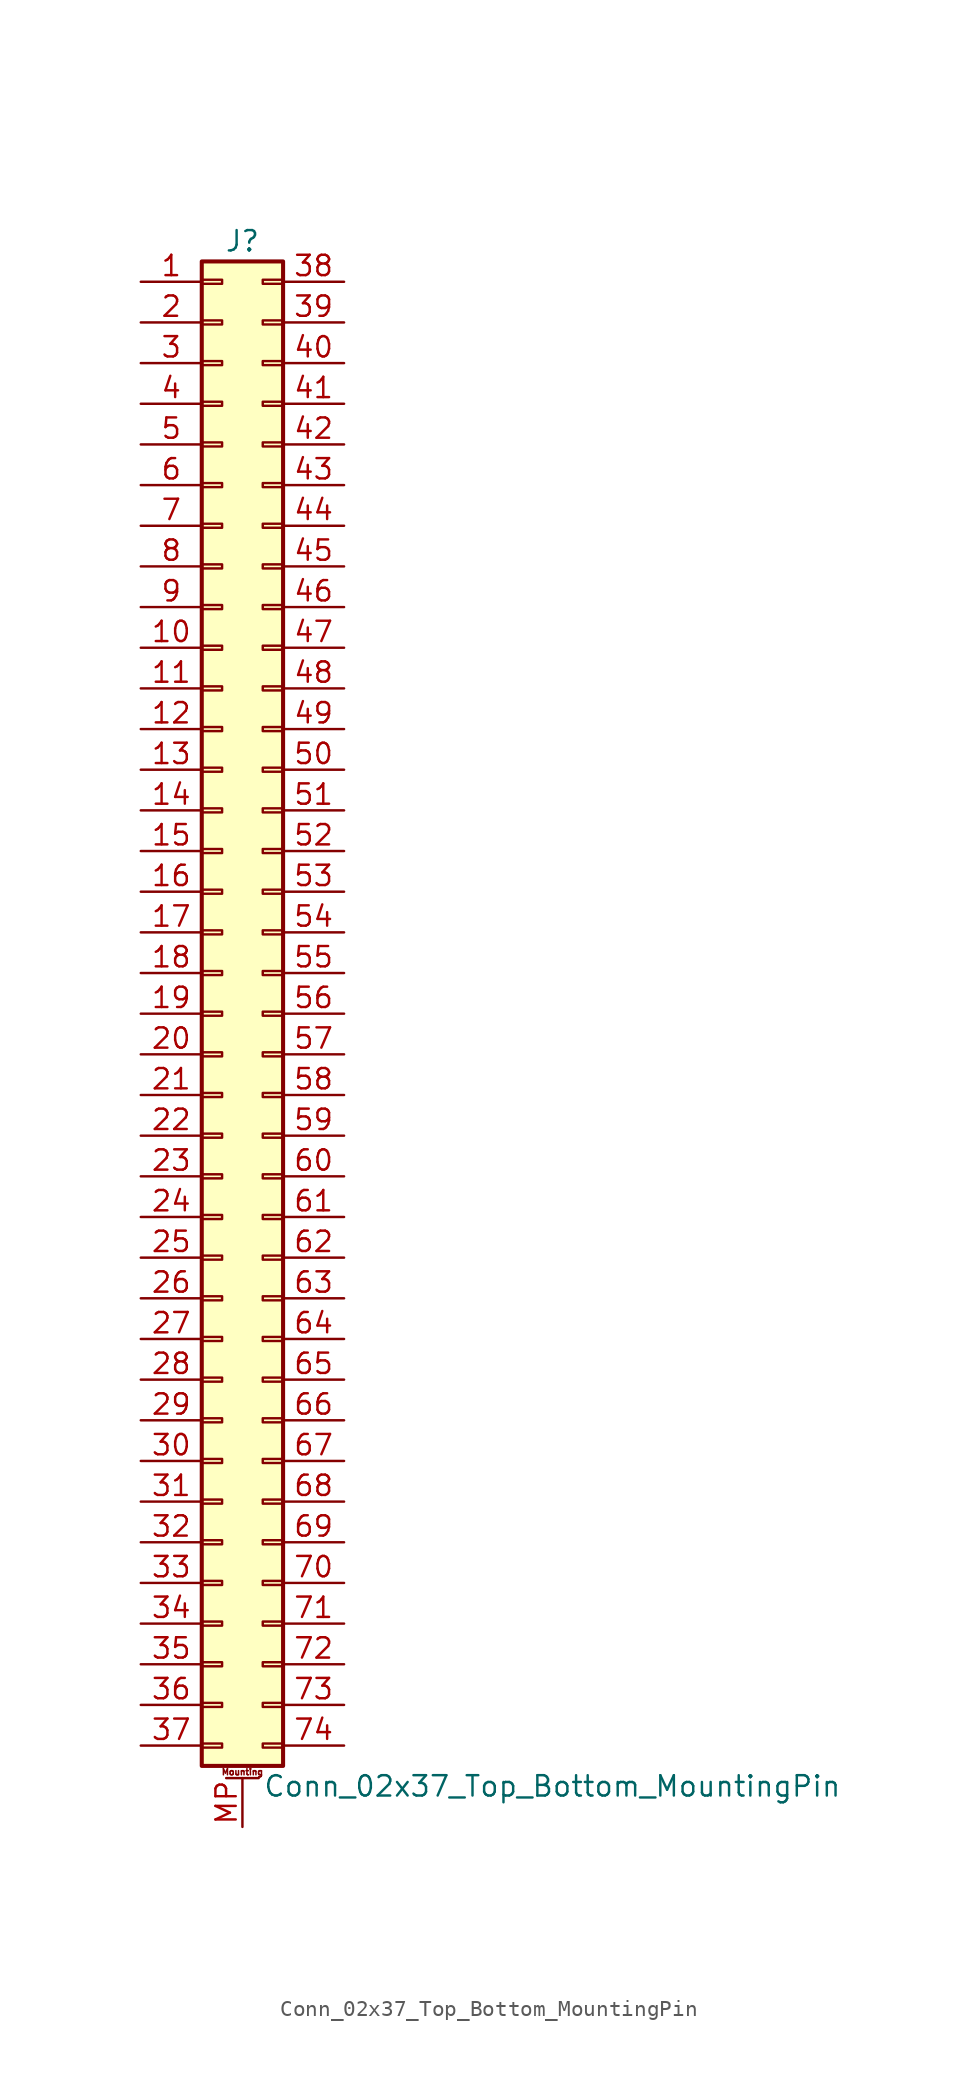
<source format=kicad_sym>
(kicad_symbol_lib
  (version 20201005)
  (generator kicad_symbol_editor)
  (symbol "Connector_Generic_MountingPin:Conn_02x37_Top_Bottom_MountingPin"
    (pin_names
      (offset 1.016) hide)
    (property "Reference" "J"
      (at 1.27 48.26 0)
      (effects (font (size 1.27 1.27))))
    (property "Value" "Conn_02x37_Top_Bottom_MountingPin"
      (at 2.54 -48.26 0)
      (effects (font (size 1.27 1.27)) (justify left)))
    (symbol "Conn_02x37_Top_Bottom_MountingPin_1_1"
      (text "Mounting" (at 1.27 -47.371 0) (effects (font (size 0.381 0.381))))
      (rectangle (start -1.27 -27.813) (end 0 -28.067) (stroke (width 0.152)) (fill (type none)))
      (rectangle (start -1.27 -30.353) (end 0 -30.607) (stroke (width 0.152)) (fill (type none)))
      (rectangle (start -1.27 -32.893) (end 0 -33.147) (stroke (width 0.152)) (fill (type none)))
      (rectangle (start -1.27 -35.433) (end 0 -35.687) (stroke (width 0.152)) (fill (type none)))
      (rectangle (start -1.27 -37.973) (end 0 -38.227) (stroke (width 0.152)) (fill (type none)))
      (rectangle (start -1.27 -40.513) (end 0 -40.767) (stroke (width 0.152)) (fill (type none)))
      (rectangle (start -1.27 -43.053) (end 0 -43.307) (stroke (width 0.152)) (fill (type none)))
      (rectangle (start -1.27 -45.593) (end 0 -45.847) (stroke (width 0.152)) (fill (type none)))
      (rectangle (start -1.27 -4.953) (end 0 -5.207) (stroke (width 0.152)) (fill (type none)))
      (rectangle (start -1.27 -7.493) (end 0 -7.747) (stroke (width 0.152)) (fill (type none)))
      (rectangle (start -1.27 -10.033) (end 0 -10.287) (stroke (width 0.152)) (fill (type none)))
      (rectangle (start -1.27 -12.573) (end 0 -12.827) (stroke (width 0.152)) (fill (type none)))
      (rectangle (start -1.27 -15.113) (end 0 -15.367) (stroke (width 0.152)) (fill (type none)))
      (rectangle (start -1.27 -17.653) (end 0 -17.907) (stroke (width 0.152)) (fill (type none)))
      (rectangle (start -1.27 -20.193) (end 0 -20.447) (stroke (width 0.152)) (fill (type none)))
      (rectangle (start -1.27 -22.733) (end 0 -22.987) (stroke (width 0.152)) (fill (type none)))
      (rectangle (start -1.27 -2.413) (end 0 -2.667) (stroke (width 0.152)) (fill (type none)))
      (rectangle (start -1.27 -25.273) (end 0 -25.527) (stroke (width 0.152)) (fill (type none)))
      (rectangle (start -1.27 25.527) (end 0 25.273) (stroke (width 0.152)) (fill (type none)))
      (rectangle (start -1.27 2.667) (end 0 2.413) (stroke (width 0.152)) (fill (type none)))
      (rectangle (start -1.27 28.067) (end 0 27.813) (stroke (width 0.152)) (fill (type none)))
      (rectangle (start -1.27 30.607) (end 0 30.353) (stroke (width 0.152)) (fill (type none)))
      (rectangle (start -1.27 33.147) (end 0 32.893) (stroke (width 0.152)) (fill (type none)))
      (rectangle (start -1.27 35.687) (end 0 35.433) (stroke (width 0.152)) (fill (type none)))
      (rectangle (start -1.27 38.227) (end 0 37.973) (stroke (width 0.152)) (fill (type none)))
      (rectangle (start -1.27 40.767) (end 0 40.513) (stroke (width 0.152)) (fill (type none)))
      (rectangle (start -1.27 43.307) (end 0 43.053) (stroke (width 0.152)) (fill (type none)))
      (rectangle (start -1.27 45.847) (end 0 45.593) (stroke (width 0.152)) (fill (type none)))
      (rectangle (start -1.27 46.99) (end 3.81 -46.99) (stroke (width 0.254)) (fill (type background)))
      (rectangle (start -1.27 5.207) (end 0 4.953) (stroke (width 0.152)) (fill (type none)))
      (rectangle (start -1.27 7.747) (end 0 7.493) (stroke (width 0.152)) (fill (type none)))
      (rectangle (start -1.27 10.287) (end 0 10.033) (stroke (width 0.152)) (fill (type none)))
      (rectangle (start -1.27 0.127) (end 0 -0.127) (stroke (width 0.152)) (fill (type none)))
      (rectangle (start -1.27 12.827) (end 0 12.573) (stroke (width 0.152)) (fill (type none)))
      (rectangle (start -1.27 15.367) (end 0 15.113) (stroke (width 0.152)) (fill (type none)))
      (rectangle (start -1.27 17.907) (end 0 17.653) (stroke (width 0.152)) (fill (type none)))
      (rectangle (start -1.27 20.447) (end 0 20.193) (stroke (width 0.152)) (fill (type none)))
      (rectangle (start -1.27 22.987) (end 0 22.733) (stroke (width 0.152)) (fill (type none)))
      (rectangle (start 3.81 -27.813) (end 2.54 -28.067) (stroke (width 0.152)) (fill (type none)))
      (rectangle (start 3.81 -30.353) (end 2.54 -30.607) (stroke (width 0.152)) (fill (type none)))
      (rectangle (start 3.81 -32.893) (end 2.54 -33.147) (stroke (width 0.152)) (fill (type none)))
      (rectangle (start 3.81 -35.433) (end 2.54 -35.687) (stroke (width 0.152)) (fill (type none)))
      (rectangle (start 3.81 -37.973) (end 2.54 -38.227) (stroke (width 0.152)) (fill (type none)))
      (rectangle (start 3.81 -40.513) (end 2.54 -40.767) (stroke (width 0.152)) (fill (type none)))
      (rectangle (start 3.81 -43.053) (end 2.54 -43.307) (stroke (width 0.152)) (fill (type none)))
      (rectangle (start 3.81 -45.593) (end 2.54 -45.847) (stroke (width 0.152)) (fill (type none)))
      (rectangle (start 3.81 -4.953) (end 2.54 -5.207) (stroke (width 0.152)) (fill (type none)))
      (rectangle (start 3.81 -7.493) (end 2.54 -7.747) (stroke (width 0.152)) (fill (type none)))
      (rectangle (start 3.81 -10.033) (end 2.54 -10.287) (stroke (width 0.152)) (fill (type none)))
      (rectangle (start 3.81 -12.573) (end 2.54 -12.827) (stroke (width 0.152)) (fill (type none)))
      (rectangle (start 3.81 -15.113) (end 2.54 -15.367) (stroke (width 0.152)) (fill (type none)))
      (rectangle (start 3.81 -17.653) (end 2.54 -17.907) (stroke (width 0.152)) (fill (type none)))
      (rectangle (start 3.81 -20.193) (end 2.54 -20.447) (stroke (width 0.152)) (fill (type none)))
      (rectangle (start 3.81 -22.733) (end 2.54 -22.987) (stroke (width 0.152)) (fill (type none)))
      (rectangle (start 3.81 -2.413) (end 2.54 -2.667) (stroke (width 0.152)) (fill (type none)))
      (rectangle (start 3.81 -25.273) (end 2.54 -25.527) (stroke (width 0.152)) (fill (type none)))
      (rectangle (start 3.81 25.527) (end 2.54 25.273) (stroke (width 0.152)) (fill (type none)))
      (rectangle (start 3.81 2.667) (end 2.54 2.413) (stroke (width 0.152)) (fill (type none)))
      (rectangle (start 3.81 28.067) (end 2.54 27.813) (stroke (width 0.152)) (fill (type none)))
      (rectangle (start 3.81 30.607) (end 2.54 30.353) (stroke (width 0.152)) (fill (type none)))
      (rectangle (start 3.81 33.147) (end 2.54 32.893) (stroke (width 0.152)) (fill (type none)))
      (rectangle (start 3.81 35.687) (end 2.54 35.433) (stroke (width 0.152)) (fill (type none)))
      (rectangle (start 3.81 38.227) (end 2.54 37.973) (stroke (width 0.152)) (fill (type none)))
      (rectangle (start 3.81 40.767) (end 2.54 40.513) (stroke (width 0.152)) (fill (type none)))
      (rectangle (start 3.81 43.307) (end 2.54 43.053) (stroke (width 0.152)) (fill (type none)))
      (rectangle (start 3.81 45.847) (end 2.54 45.593) (stroke (width 0.152)) (fill (type none)))
      (rectangle (start 3.81 5.207) (end 2.54 4.953) (stroke (width 0.152)) (fill (type none)))
      (rectangle (start 3.81 7.747) (end 2.54 7.493) (stroke (width 0.152)) (fill (type none)))
      (rectangle (start 3.81 10.287) (end 2.54 10.033) (stroke (width 0.152)) (fill (type none)))
      (rectangle (start 3.81 0.127) (end 2.54 -0.127) (stroke (width 0.152)) (fill (type none)))
      (rectangle (start 3.81 12.827) (end 2.54 12.573) (stroke (width 0.152)) (fill (type none)))
      (rectangle (start 3.81 15.367) (end 2.54 15.113) (stroke (width 0.152)) (fill (type none)))
      (rectangle (start 3.81 17.907) (end 2.54 17.653) (stroke (width 0.152)) (fill (type none)))
      (rectangle (start 3.81 20.447) (end 2.54 20.193) (stroke (width 0.152)) (fill (type none)))
      (rectangle (start 3.81 22.987) (end 2.54 22.733) (stroke (width 0.152)) (fill (type none)))
      (polyline (pts (xy 0.254 -47.752) (xy 2.286 -47.752)) (stroke (width 0.152)) (fill (type none)))
      (pin passive line (at 1.27 -50.8 90) (length 3.048) (name "MountPin" (effects (font (size 1.27 1.27)))) (number "MP" (effects (font (size 1.27 1.27)))))
      (pin passive line (at -5.08 45.72 0) (length 3.81) (name "Pin_1" (effects (font (size 1.27 1.27)))) (number "1" (effects (font (size 1.27 1.27)))))
      (pin passive line (at -5.08 22.86 0) (length 3.81) (name "Pin_10" (effects (font (size 1.27 1.27)))) (number "10" (effects (font (size 1.27 1.27)))))
      (pin passive line (at -5.08 20.32 0) (length 3.81) (name "Pin_11" (effects (font (size 1.27 1.27)))) (number "11" (effects (font (size 1.27 1.27)))))
      (pin passive line (at -5.08 17.78 0) (length 3.81) (name "Pin_12" (effects (font (size 1.27 1.27)))) (number "12" (effects (font (size 1.27 1.27)))))
      (pin passive line (at -5.08 15.24 0) (length 3.81) (name "Pin_13" (effects (font (size 1.27 1.27)))) (number "13" (effects (font (size 1.27 1.27)))))
      (pin passive line (at -5.08 12.7 0) (length 3.81) (name "Pin_14" (effects (font (size 1.27 1.27)))) (number "14" (effects (font (size 1.27 1.27)))))
      (pin passive line (at -5.08 10.16 0) (length 3.81) (name "Pin_15" (effects (font (size 1.27 1.27)))) (number "15" (effects (font (size 1.27 1.27)))))
      (pin passive line (at -5.08 7.62 0) (length 3.81) (name "Pin_16" (effects (font (size 1.27 1.27)))) (number "16" (effects (font (size 1.27 1.27)))))
      (pin passive line (at -5.08 5.08 0) (length 3.81) (name "Pin_17" (effects (font (size 1.27 1.27)))) (number "17" (effects (font (size 1.27 1.27)))))
      (pin passive line (at -5.08 2.54 0) (length 3.81) (name "Pin_18" (effects (font (size 1.27 1.27)))) (number "18" (effects (font (size 1.27 1.27)))))
      (pin passive line (at -5.08 0 0) (length 3.81) (name "Pin_19" (effects (font (size 1.27 1.27)))) (number "19" (effects (font (size 1.27 1.27)))))
      (pin passive line (at -5.08 43.18 0) (length 3.81) (name "Pin_2" (effects (font (size 1.27 1.27)))) (number "2" (effects (font (size 1.27 1.27)))))
      (pin passive line (at -5.08 -2.54 0) (length 3.81) (name "Pin_20" (effects (font (size 1.27 1.27)))) (number "20" (effects (font (size 1.27 1.27)))))
      (pin passive line (at -5.08 -5.08 0) (length 3.81) (name "Pin_21" (effects (font (size 1.27 1.27)))) (number "21" (effects (font (size 1.27 1.27)))))
      (pin passive line (at -5.08 -7.62 0) (length 3.81) (name "Pin_22" (effects (font (size 1.27 1.27)))) (number "22" (effects (font (size 1.27 1.27)))))
      (pin passive line (at -5.08 -10.16 0) (length 3.81) (name "Pin_23" (effects (font (size 1.27 1.27)))) (number "23" (effects (font (size 1.27 1.27)))))
      (pin passive line (at -5.08 -12.7 0) (length 3.81) (name "Pin_24" (effects (font (size 1.27 1.27)))) (number "24" (effects (font (size 1.27 1.27)))))
      (pin passive line (at -5.08 -15.24 0) (length 3.81) (name "Pin_25" (effects (font (size 1.27 1.27)))) (number "25" (effects (font (size 1.27 1.27)))))
      (pin passive line (at -5.08 -17.78 0) (length 3.81) (name "Pin_26" (effects (font (size 1.27 1.27)))) (number "26" (effects (font (size 1.27 1.27)))))
      (pin passive line (at -5.08 -20.32 0) (length 3.81) (name "Pin_27" (effects (font (size 1.27 1.27)))) (number "27" (effects (font (size 1.27 1.27)))))
      (pin passive line (at -5.08 -22.86 0) (length 3.81) (name "Pin_28" (effects (font (size 1.27 1.27)))) (number "28" (effects (font (size 1.27 1.27)))))
      (pin passive line (at -5.08 -25.4 0) (length 3.81) (name "Pin_29" (effects (font (size 1.27 1.27)))) (number "29" (effects (font (size 1.27 1.27)))))
      (pin passive line (at -5.08 40.64 0) (length 3.81) (name "Pin_3" (effects (font (size 1.27 1.27)))) (number "3" (effects (font (size 1.27 1.27)))))
      (pin passive line (at -5.08 -27.94 0) (length 3.81) (name "Pin_30" (effects (font (size 1.27 1.27)))) (number "30" (effects (font (size 1.27 1.27)))))
      (pin passive line (at -5.08 -30.48 0) (length 3.81) (name "Pin_31" (effects (font (size 1.27 1.27)))) (number "31" (effects (font (size 1.27 1.27)))))
      (pin passive line (at -5.08 -33.02 0) (length 3.81) (name "Pin_32" (effects (font (size 1.27 1.27)))) (number "32" (effects (font (size 1.27 1.27)))))
      (pin passive line (at -5.08 -35.56 0) (length 3.81) (name "Pin_33" (effects (font (size 1.27 1.27)))) (number "33" (effects (font (size 1.27 1.27)))))
      (pin passive line (at -5.08 -38.1 0) (length 3.81) (name "Pin_34" (effects (font (size 1.27 1.27)))) (number "34" (effects (font (size 1.27 1.27)))))
      (pin passive line (at -5.08 -40.64 0) (length 3.81) (name "Pin_35" (effects (font (size 1.27 1.27)))) (number "35" (effects (font (size 1.27 1.27)))))
      (pin passive line (at -5.08 -43.18 0) (length 3.81) (name "Pin_36" (effects (font (size 1.27 1.27)))) (number "36" (effects (font (size 1.27 1.27)))))
      (pin passive line (at -5.08 -45.72 0) (length 3.81) (name "Pin_37" (effects (font (size 1.27 1.27)))) (number "37" (effects (font (size 1.27 1.27)))))
      (pin passive line (at 7.62 45.72 180) (length 3.81) (name "Pin_38" (effects (font (size 1.27 1.27)))) (number "38" (effects (font (size 1.27 1.27)))))
      (pin passive line (at 7.62 43.18 180) (length 3.81) (name "Pin_39" (effects (font (size 1.27 1.27)))) (number "39" (effects (font (size 1.27 1.27)))))
      (pin passive line (at -5.08 38.1 0) (length 3.81) (name "Pin_4" (effects (font (size 1.27 1.27)))) (number "4" (effects (font (size 1.27 1.27)))))
      (pin passive line (at 7.62 40.64 180) (length 3.81) (name "Pin_40" (effects (font (size 1.27 1.27)))) (number "40" (effects (font (size 1.27 1.27)))))
      (pin passive line (at 7.62 38.1 180) (length 3.81) (name "Pin_41" (effects (font (size 1.27 1.27)))) (number "41" (effects (font (size 1.27 1.27)))))
      (pin passive line (at 7.62 35.56 180) (length 3.81) (name "Pin_42" (effects (font (size 1.27 1.27)))) (number "42" (effects (font (size 1.27 1.27)))))
      (pin passive line (at 7.62 33.02 180) (length 3.81) (name "Pin_43" (effects (font (size 1.27 1.27)))) (number "43" (effects (font (size 1.27 1.27)))))
      (pin passive line (at 7.62 30.48 180) (length 3.81) (name "Pin_44" (effects (font (size 1.27 1.27)))) (number "44" (effects (font (size 1.27 1.27)))))
      (pin passive line (at 7.62 27.94 180) (length 3.81) (name "Pin_45" (effects (font (size 1.27 1.27)))) (number "45" (effects (font (size 1.27 1.27)))))
      (pin passive line (at 7.62 25.4 180) (length 3.81) (name "Pin_46" (effects (font (size 1.27 1.27)))) (number "46" (effects (font (size 1.27 1.27)))))
      (pin passive line (at 7.62 22.86 180) (length 3.81) (name "Pin_47" (effects (font (size 1.27 1.27)))) (number "47" (effects (font (size 1.27 1.27)))))
      (pin passive line (at 7.62 20.32 180) (length 3.81) (name "Pin_48" (effects (font (size 1.27 1.27)))) (number "48" (effects (font (size 1.27 1.27)))))
      (pin passive line (at 7.62 17.78 180) (length 3.81) (name "Pin_49" (effects (font (size 1.27 1.27)))) (number "49" (effects (font (size 1.27 1.27)))))
      (pin passive line (at -5.08 35.56 0) (length 3.81) (name "Pin_5" (effects (font (size 1.27 1.27)))) (number "5" (effects (font (size 1.27 1.27)))))
      (pin passive line (at 7.62 15.24 180) (length 3.81) (name "Pin_50" (effects (font (size 1.27 1.27)))) (number "50" (effects (font (size 1.27 1.27)))))
      (pin passive line (at 7.62 12.7 180) (length 3.81) (name "Pin_51" (effects (font (size 1.27 1.27)))) (number "51" (effects (font (size 1.27 1.27)))))
      (pin passive line (at 7.62 10.16 180) (length 3.81) (name "Pin_52" (effects (font (size 1.27 1.27)))) (number "52" (effects (font (size 1.27 1.27)))))
      (pin passive line (at 7.62 7.62 180) (length 3.81) (name "Pin_53" (effects (font (size 1.27 1.27)))) (number "53" (effects (font (size 1.27 1.27)))))
      (pin passive line (at 7.62 5.08 180) (length 3.81) (name "Pin_54" (effects (font (size 1.27 1.27)))) (number "54" (effects (font (size 1.27 1.27)))))
      (pin passive line (at 7.62 2.54 180) (length 3.81) (name "Pin_55" (effects (font (size 1.27 1.27)))) (number "55" (effects (font (size 1.27 1.27)))))
      (pin passive line (at 7.62 0 180) (length 3.81) (name "Pin_56" (effects (font (size 1.27 1.27)))) (number "56" (effects (font (size 1.27 1.27)))))
      (pin passive line (at 7.62 -2.54 180) (length 3.81) (name "Pin_57" (effects (font (size 1.27 1.27)))) (number "57" (effects (font (size 1.27 1.27)))))
      (pin passive line (at 7.62 -5.08 180) (length 3.81) (name "Pin_58" (effects (font (size 1.27 1.27)))) (number "58" (effects (font (size 1.27 1.27)))))
      (pin passive line (at 7.62 -7.62 180) (length 3.81) (name "Pin_59" (effects (font (size 1.27 1.27)))) (number "59" (effects (font (size 1.27 1.27)))))
      (pin passive line (at -5.08 33.02 0) (length 3.81) (name "Pin_6" (effects (font (size 1.27 1.27)))) (number "6" (effects (font (size 1.27 1.27)))))
      (pin passive line (at 7.62 -10.16 180) (length 3.81) (name "Pin_60" (effects (font (size 1.27 1.27)))) (number "60" (effects (font (size 1.27 1.27)))))
      (pin passive line (at 7.62 -12.7 180) (length 3.81) (name "Pin_61" (effects (font (size 1.27 1.27)))) (number "61" (effects (font (size 1.27 1.27)))))
      (pin passive line (at 7.62 -15.24 180) (length 3.81) (name "Pin_62" (effects (font (size 1.27 1.27)))) (number "62" (effects (font (size 1.27 1.27)))))
      (pin passive line (at 7.62 -17.78 180) (length 3.81) (name "Pin_63" (effects (font (size 1.27 1.27)))) (number "63" (effects (font (size 1.27 1.27)))))
      (pin passive line (at 7.62 -20.32 180) (length 3.81) (name "Pin_64" (effects (font (size 1.27 1.27)))) (number "64" (effects (font (size 1.27 1.27)))))
      (pin passive line (at 7.62 -22.86 180) (length 3.81) (name "Pin_65" (effects (font (size 1.27 1.27)))) (number "65" (effects (font (size 1.27 1.27)))))
      (pin passive line (at 7.62 -25.4 180) (length 3.81) (name "Pin_66" (effects (font (size 1.27 1.27)))) (number "66" (effects (font (size 1.27 1.27)))))
      (pin passive line (at 7.62 -27.94 180) (length 3.81) (name "Pin_67" (effects (font (size 1.27 1.27)))) (number "67" (effects (font (size 1.27 1.27)))))
      (pin passive line (at 7.62 -30.48 180) (length 3.81) (name "Pin_68" (effects (font (size 1.27 1.27)))) (number "68" (effects (font (size 1.27 1.27)))))
      (pin passive line (at 7.62 -33.02 180) (length 3.81) (name "Pin_69" (effects (font (size 1.27 1.27)))) (number "69" (effects (font (size 1.27 1.27)))))
      (pin passive line (at -5.08 30.48 0) (length 3.81) (name "Pin_7" (effects (font (size 1.27 1.27)))) (number "7" (effects (font (size 1.27 1.27)))))
      (pin passive line (at 7.62 -35.56 180) (length 3.81) (name "Pin_70" (effects (font (size 1.27 1.27)))) (number "70" (effects (font (size 1.27 1.27)))))
      (pin passive line (at 7.62 -38.1 180) (length 3.81) (name "Pin_71" (effects (font (size 1.27 1.27)))) (number "71" (effects (font (size 1.27 1.27)))))
      (pin passive line (at 7.62 -40.64 180) (length 3.81) (name "Pin_72" (effects (font (size 1.27 1.27)))) (number "72" (effects (font (size 1.27 1.27)))))
      (pin passive line (at 7.62 -43.18 180) (length 3.81) (name "Pin_73" (effects (font (size 1.27 1.27)))) (number "73" (effects (font (size 1.27 1.27)))))
      (pin passive line (at 7.62 -45.72 180) (length 3.81) (name "Pin_74" (effects (font (size 1.27 1.27)))) (number "74" (effects (font (size 1.27 1.27)))))
      (pin passive line (at -5.08 27.94 0) (length 3.81) (name "Pin_8" (effects (font (size 1.27 1.27)))) (number "8" (effects (font (size 1.27 1.27)))))
      (pin passive line (at -5.08 25.4 0) (length 3.81) (name "Pin_9" (effects (font (size 1.27 1.27)))) (number "9" (effects (font (size 1.27 1.27))))))))
</source>
